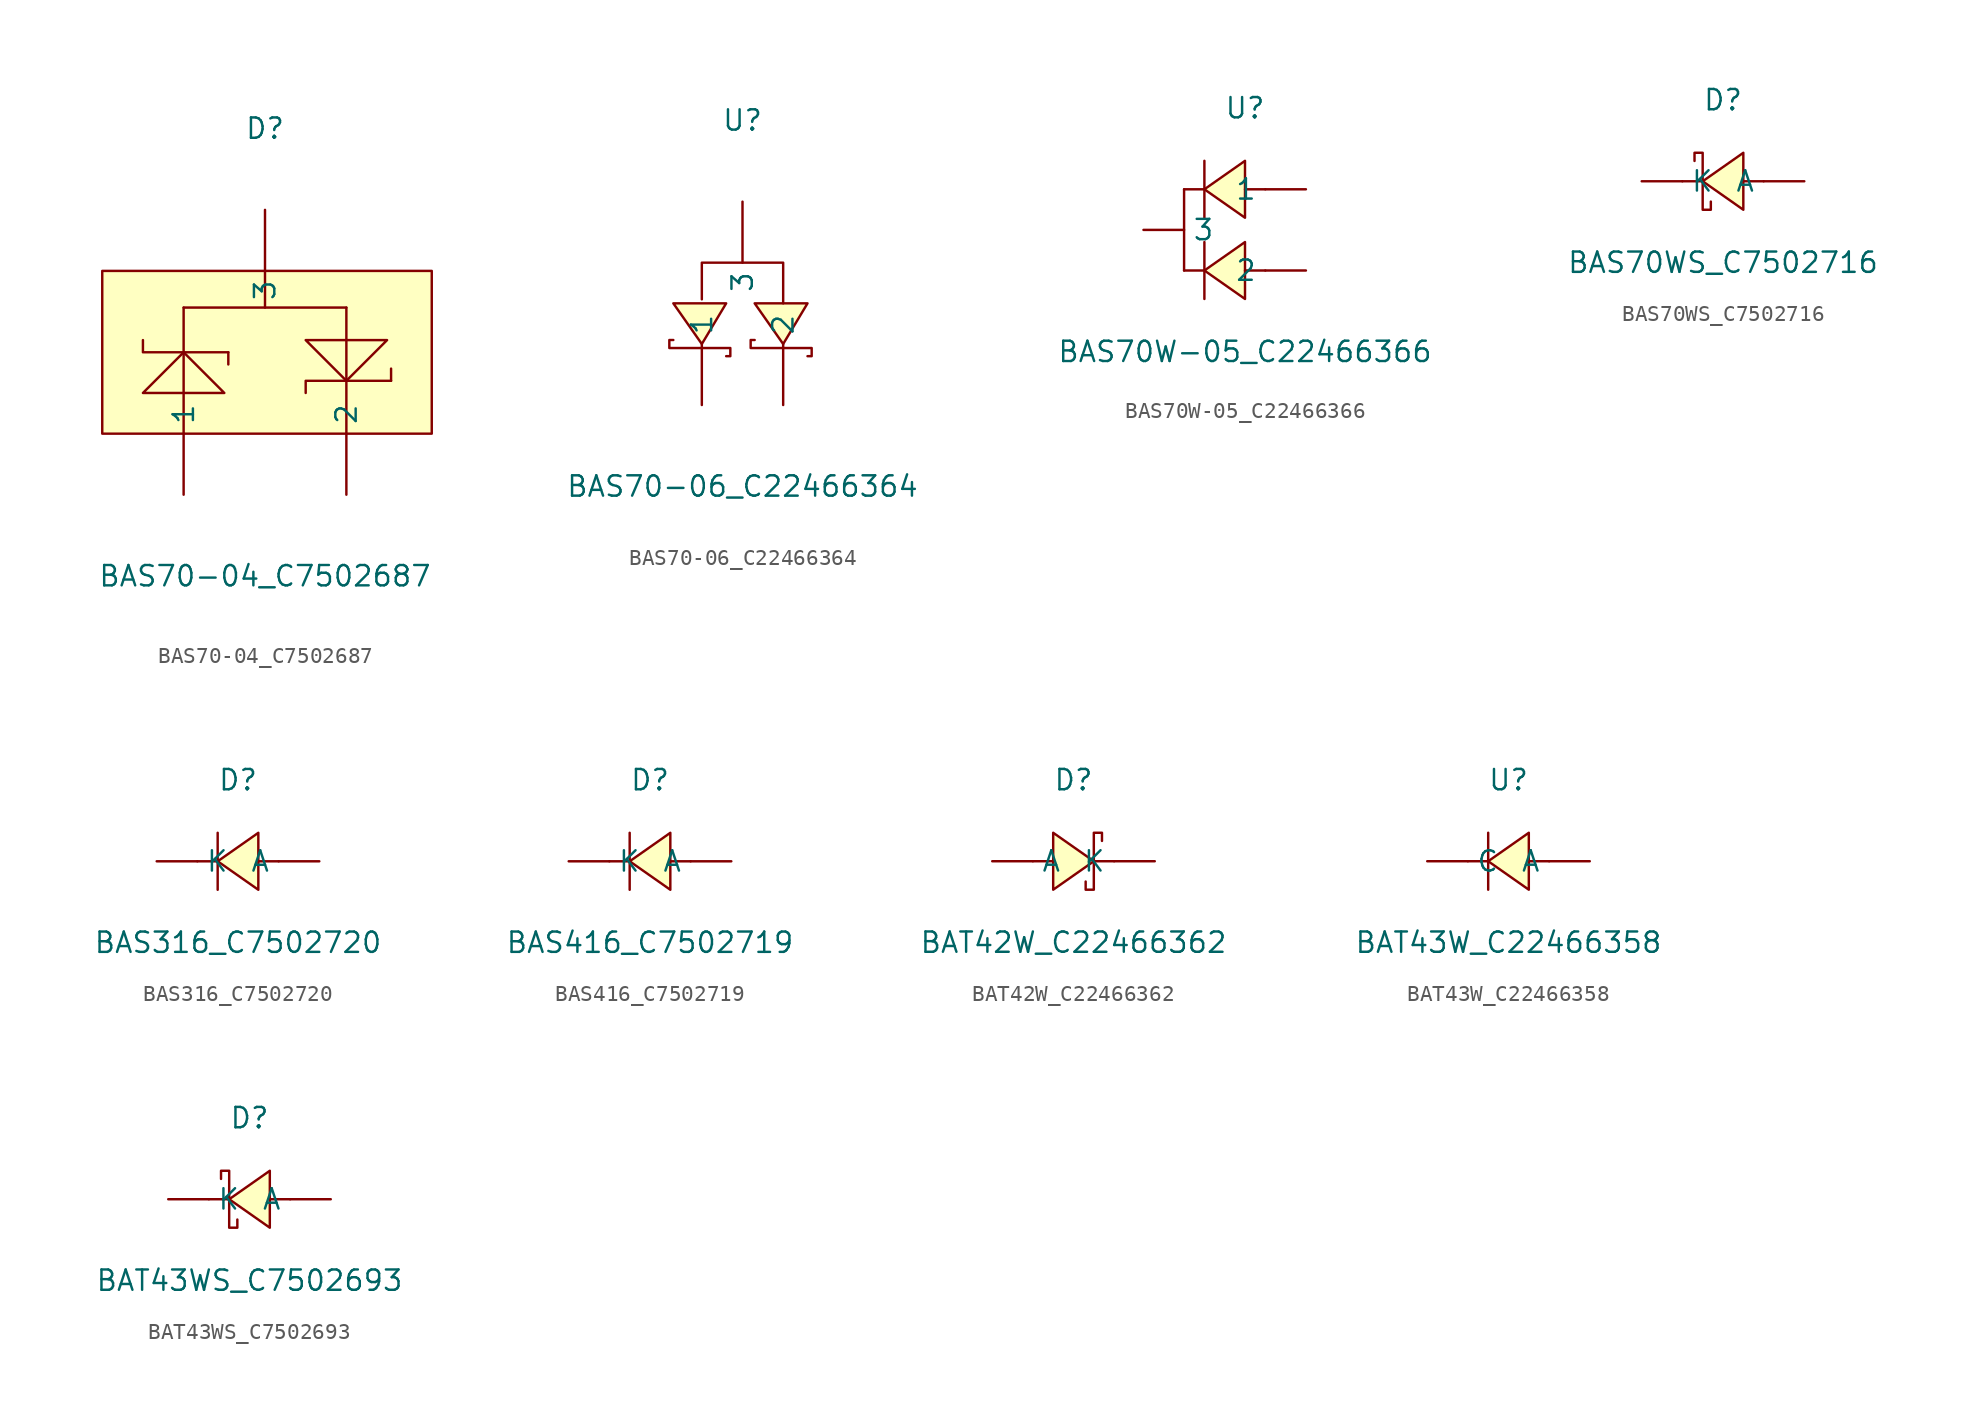
<source format=kicad_sym>
(kicad_symbol_lib
  (version 20241209)
  (generator "kicad_symbol_editor")
  (generator_version "9.0")
  (symbol "BAS70-04_C7502687"
    (pin_numbers
      (hide yes))
    (property "Reference" "D"
      (at 0 13.97 0)
      (effects (font (size 1.27 1.27))))
    (property "Value" "BAS70-04_C7502687"
      (at 0 -13.97 0)
      (effects (font (size 1.27 1.27))))
    (symbol "BAS70-04_C7502687_0_1"
      (rectangle (start -10.16 5.08) (end 10.41 -5.08) (stroke (width 0) (type default)) (fill (type background)))
      (polyline (pts (xy -7.62 0.76) (xy -7.62 0) (xy -5.08 0) (xy -2.29 0)) (stroke (width 0) (type default)) (fill (type none)))
      (polyline (pts (xy -5.08 2.79) (xy -5.08 -5.08)) (stroke (width 0) (type default)) (fill (type none)))
      (polyline (pts (xy -5.08 2.79) (xy 5.08 2.79)) (stroke (width 0) (type default)) (fill (type none)))
      (polyline (pts (xy -2.54 -2.54) (xy -5.08 0) (xy -7.62 -2.54) (xy -2.54 -2.54)) (stroke (width 0) (type default)) (fill (type background)))
      (polyline (pts (xy -2.29 0) (xy -2.29 -0.76)) (stroke (width 0) (type default)) (fill (type none)))
      (polyline (pts (xy 0 5.08) (xy 0 2.79)) (stroke (width 0) (type default)) (fill (type none)))
      (polyline (pts (xy 2.54 -2.54) (xy 2.54 -1.78) (xy 7.87 -1.78)) (stroke (width 0) (type default)) (fill (type none)))
      (polyline (pts (xy 5.08 2.79) (xy 5.08 -5.08)) (stroke (width 0) (type default)) (fill (type none)))
      (polyline (pts (xy 7.62 0.76) (xy 5.08 -1.78) (xy 2.54 0.76) (xy 7.62 0.76)) (stroke (width 0) (type default)) (fill (type background)))
      (polyline (pts (xy 7.87 -1.78) (xy 7.87 -1.02)) (stroke (width 0) (type default)) (fill (type none)))
      (pin input line (at -5.08 -8.89 90) (length 3.81) (name "1" (effects (font (size 1.27 1.27)))) (number "1" (effects (font (size 1.27 1.27)))))
      (pin input line (at 0 8.89 270) (length 3.81) (name "3" (effects (font (size 1.27 1.27)))) (number "3" (effects (font (size 1.27 1.27)))))
      (pin input line (at 5.08 -8.89 90) (length 3.81) (name "2" (effects (font (size 1.27 1.27)))) (number "2" (effects (font (size 1.27 1.27)))))))
  (symbol "BAS70-06_C22466364"
    (pin_numbers
      (hide yes))
    (property "Reference" "U"
      (at 0 12.7 0)
      (effects (font (size 1.27 1.27))))
    (property "Value" "BAS70-06_C22466364"
      (at 0 -10.16 0)
      (effects (font (size 1.27 1.27))))
    (symbol "BAS70-06_C22466364_0_1"
      (polyline (pts (xy -2.54 1.52) (xy -2.54 3.81) (xy 2.54 3.81) (xy 2.54 1.27)) (stroke (width 0) (type default)) (fill (type none)))
      (polyline (pts (xy -1.02 1.27) (xy -2.54 -1.27) (xy -4.32 1.27) (xy -1.02 1.27)) (stroke (width 0) (type default)) (fill (type background)))
      (polyline (pts (xy -1.02 -2.03) (xy -0.76 -2.03) (xy -0.76 -1.52) (xy -4.57 -1.52) (xy -4.57 -1.02) (xy -4.32 -1.02)) (stroke (width 0) (type default)) (fill (type none)))
      (polyline (pts (xy 4.06 1.27) (xy 2.54 -1.27) (xy 0.76 1.27) (xy 4.06 1.27)) (stroke (width 0) (type default)) (fill (type background)))
      (polyline (pts (xy 4.06 -2.03) (xy 4.32 -2.03) (xy 4.32 -1.52) (xy 0.51 -1.52) (xy 0.51 -1.02) (xy 0.76 -1.02)) (stroke (width 0) (type default)) (fill (type none)))
      (pin unspecified line (at -2.54 -5.08 90) (length 3.81) (name "1" (effects (font (size 1.27 1.27)))) (number "1" (effects (font (size 1.27 1.27)))))
      (pin unspecified line (at 0 7.62 270) (length 3.81) (name "3" (effects (font (size 1.27 1.27)))) (number "3" (effects (font (size 1.27 1.27)))))
      (pin unspecified line (at 2.54 -5.08 90) (length 3.81) (name "2" (effects (font (size 1.27 1.27)))) (number "2" (effects (font (size 1.27 1.27)))))))
  (symbol "BAS70W-05_C22466366"
    (pin_numbers
      (hide yes))
    (property "Reference" "U"
      (at 0 7.62 0)
      (effects (font (size 1.27 1.27))))
    (property "Value" "BAS70W-05_C22466366"
      (at 0 -7.62 0)
      (effects (font (size 1.27 1.27))))
    (symbol "BAS70W-05_C22466366_0_1"
      (polyline (pts (xy -3.81 2.54) (xy -3.81 -2.54) (xy -3.81 -2.54)) (stroke (width 0) (type default)) (fill (type none)))
      (polyline (pts (xy -2.54 4.32) (xy -2.54 4.32) (xy -2.54 4.32) (xy -2.54 0.76) (xy -2.54 0.76) (xy -2.54 0.76)) (stroke (width 0) (type default)) (fill (type none)))
      (polyline (pts (xy -2.54 2.54) (xy -3.81 2.54)) (stroke (width 0) (type default)) (fill (type none)))
      (polyline (pts (xy -2.54 -0.76) (xy -2.54 -0.76) (xy -2.54 -0.76) (xy -2.54 -4.32) (xy -2.54 -4.32) (xy -2.54 -4.32)) (stroke (width 0) (type default)) (fill (type none)))
      (polyline (pts (xy -2.54 -2.54) (xy -3.81 -2.54)) (stroke (width 0) (type default)) (fill (type none)))
      (polyline (pts (xy 0 4.32) (xy -2.54 2.54) (xy 0 0.76) (xy 0 4.32)) (stroke (width 0) (type default)) (fill (type background)))
      (polyline (pts (xy 0 -0.76) (xy -2.54 -2.54) (xy 0 -4.32) (xy 0 -0.76)) (stroke (width 0) (type default)) (fill (type background)))
      (polyline (pts (xy 1.27 2.54) (xy 0 2.54)) (stroke (width 0) (type default)) (fill (type none)))
      (polyline (pts (xy 1.27 -2.54) (xy 0 -2.54)) (stroke (width 0) (type default)) (fill (type none)))
      (pin unspecified line (at -6.35 0 0) (length 2.54) (name "3" (effects (font (size 1.27 1.27)))) (number "3" (effects (font (size 1.27 1.27)))))
      (pin unspecified line (at 3.81 2.54 180) (length 2.54) (name "1" (effects (font (size 1.27 1.27)))) (number "1" (effects (font (size 1.27 1.27)))))
      (pin unspecified line (at 3.81 -2.54 180) (length 2.54) (name "2" (effects (font (size 1.27 1.27)))) (number "2" (effects (font (size 1.27 1.27)))))))
  (symbol "BAS70WS_C7502716"
    (pin_numbers
      (hide yes))
    (property "Reference" "D"
      (at 0 5.08 0)
      (effects (font (size 1.27 1.27))))
    (property "Value" "BAS70WS_C7502716"
      (at 0 -5.08 0)
      (effects (font (size 1.27 1.27))))
    (symbol "BAS70WS_C7502716_0_1"
      (polyline (pts (xy -1.78 1.27) (xy -1.78 1.78) (xy -1.27 1.78) (xy -1.27 -1.78) (xy -0.76 -1.78) (xy -0.76 -1.27)) (stroke (width 0) (type default)) (fill (type none)))
      (polyline (pts (xy -1.27 0) (xy -2.54 0)) (stroke (width 0) (type default)) (fill (type none)))
      (polyline (pts (xy 1.27 1.78) (xy -1.27 0) (xy 1.27 -1.78) (xy 1.27 1.78)) (stroke (width 0) (type default)) (fill (type background)))
      (polyline (pts (xy 2.54 0) (xy 1.27 0)) (stroke (width 0) (type default)) (fill (type none)))
      (pin unspecified line (at -5.08 0 0) (length 2.54) (name "K" (effects (font (size 1.27 1.27)))) (number "1" (effects (font (size 1.27 1.27)))))
      (pin unspecified line (at 5.08 0 180) (length 2.54) (name "A" (effects (font (size 1.27 1.27)))) (number "2" (effects (font (size 1.27 1.27)))))))
  (symbol "BAS316_C7502720"
    (pin_numbers
      (hide yes))
    (property "Reference" "D"
      (at 0 5.08 0)
      (effects (font (size 1.27 1.27))))
    (property "Value" "BAS316_C7502720"
      (at 0 -5.08 0)
      (effects (font (size 1.27 1.27))))
    (symbol "BAS316_C7502720_0_1"
      (polyline (pts (xy -1.27 1.78) (xy -1.27 -1.78)) (stroke (width 0) (type default)) (fill (type none)))
      (polyline (pts (xy -1.27 0) (xy -2.54 0)) (stroke (width 0) (type default)) (fill (type none)))
      (polyline (pts (xy 1.27 1.78) (xy -1.27 0) (xy 1.27 -1.78) (xy 1.27 1.78)) (stroke (width 0) (type default)) (fill (type background)))
      (polyline (pts (xy 2.54 0) (xy 1.27 0)) (stroke (width 0) (type default)) (fill (type none)))
      (pin unspecified line (at -5.08 0 0) (length 2.54) (name "K" (effects (font (size 1.27 1.27)))) (number "1" (effects (font (size 1.27 1.27)))))
      (pin unspecified line (at 5.08 0 180) (length 2.54) (name "A" (effects (font (size 1.27 1.27)))) (number "2" (effects (font (size 1.27 1.27)))))))
  (symbol "BAS416_C7502719"
    (pin_numbers
      (hide yes))
    (property "Reference" "D"
      (at 0 5.08 0)
      (effects (font (size 1.27 1.27))))
    (property "Value" "BAS416_C7502719"
      (at 0 -5.08 0)
      (effects (font (size 1.27 1.27))))
    (symbol "BAS416_C7502719_0_1"
      (polyline (pts (xy -1.27 1.78) (xy -1.27 -1.78)) (stroke (width 0) (type default)) (fill (type none)))
      (polyline (pts (xy -1.27 0) (xy -2.54 0)) (stroke (width 0) (type default)) (fill (type none)))
      (polyline (pts (xy 1.27 1.78) (xy -1.27 0) (xy 1.27 -1.78) (xy 1.27 1.78)) (stroke (width 0) (type default)) (fill (type background)))
      (polyline (pts (xy 2.54 0) (xy 1.27 0)) (stroke (width 0) (type default)) (fill (type none)))
      (pin unspecified line (at -5.08 0 0) (length 2.54) (name "K" (effects (font (size 1.27 1.27)))) (number "1" (effects (font (size 1.27 1.27)))))
      (pin unspecified line (at 5.08 0 180) (length 2.54) (name "A" (effects (font (size 1.27 1.27)))) (number "2" (effects (font (size 1.27 1.27)))))))
  (symbol "BAT42W_C22466362"
    (pin_numbers
      (hide yes))
    (property "Reference" "D"
      (at 0 5.08 0)
      (effects (font (size 1.27 1.27))))
    (property "Value" "BAT42W_C22466362"
      (at 0 -5.08 0)
      (effects (font (size 1.27 1.27))))
    (symbol "BAT42W_C22466362_0_1"
      (polyline (pts (xy -2.54 0) (xy -1.27 0)) (stroke (width 0) (type default)) (fill (type none)))
      (polyline (pts (xy -1.27 1.78) (xy 1.27 0) (xy -1.27 -1.78) (xy -1.27 1.78)) (stroke (width 0) (type default)) (fill (type background)))
      (polyline (pts (xy 1.27 0) (xy 2.54 0)) (stroke (width 0) (type default)) (fill (type none)))
      (polyline (pts (xy 1.78 1.27) (xy 1.78 1.78) (xy 1.27 1.78) (xy 1.27 -1.78) (xy 0.76 -1.78) (xy 0.76 -1.27)) (stroke (width 0) (type default)) (fill (type none)))
      (pin unspecified line (at -5.08 0 0) (length 2.54) (name "A" (effects (font (size 1.27 1.27)))) (number "1" (effects (font (size 1.27 1.27)))))
      (pin unspecified line (at 5.08 0 180) (length 2.54) (name "K" (effects (font (size 1.27 1.27)))) (number "2" (effects (font (size 1.27 1.27)))))))
  (symbol "BAT43W_C22466358"
    (pin_numbers
      (hide yes))
    (property "Reference" "U"
      (at 0 5.08 0)
      (effects (font (size 1.27 1.27))))
    (property "Value" "BAT43W_C22466358"
      (at 0 -5.08 0)
      (effects (font (size 1.27 1.27))))
    (symbol "BAT43W_C22466358_0_1"
      (polyline (pts (xy -1.27 1.78) (xy -1.27 1.78) (xy -1.27 1.78) (xy -1.27 -1.78) (xy -1.27 -1.78) (xy -1.27 -1.78)) (stroke (width 0) (type default)) (fill (type none)))
      (polyline (pts (xy -1.27 0) (xy -2.54 0)) (stroke (width 0) (type default)) (fill (type none)))
      (polyline (pts (xy 1.27 1.78) (xy -1.27 0) (xy 1.27 -1.78) (xy 1.27 1.78)) (stroke (width 0) (type default)) (fill (type background)))
      (polyline (pts (xy 2.54 0) (xy 1.27 0)) (stroke (width 0) (type default)) (fill (type none)))
      (pin unspecified line (at -5.08 0 0) (length 2.54) (name "C" (effects (font (size 1.27 1.27)))) (number "1" (effects (font (size 1.27 1.27)))))
      (pin unspecified line (at 5.08 0 180) (length 2.54) (name "A" (effects (font (size 1.27 1.27)))) (number "2" (effects (font (size 1.27 1.27)))))))
  (symbol "BAT43WS_C7502693"
    (pin_numbers
      (hide yes))
    (property "Reference" "D"
      (at 0 5.08 0)
      (effects (font (size 1.27 1.27))))
    (property "Value" "BAT43WS_C7502693"
      (at 0 -5.08 0)
      (effects (font (size 1.27 1.27))))
    (symbol "BAT43WS_C7502693_0_1"
      (polyline (pts (xy -1.78 1.27) (xy -1.78 1.78) (xy -1.27 1.78) (xy -1.27 -1.78) (xy -0.76 -1.78) (xy -0.76 -1.27)) (stroke (width 0) (type default)) (fill (type none)))
      (polyline (pts (xy -1.27 0) (xy -2.54 0)) (stroke (width 0) (type default)) (fill (type none)))
      (polyline (pts (xy 1.27 1.78) (xy -1.27 0) (xy 1.27 -1.78) (xy 1.27 1.78)) (stroke (width 0) (type default)) (fill (type background)))
      (polyline (pts (xy 2.54 0) (xy 1.27 0)) (stroke (width 0) (type default)) (fill (type none)))
      (pin unspecified line (at -5.08 0 0) (length 2.54) (name "K" (effects (font (size 1.27 1.27)))) (number "1" (effects (font (size 1.27 1.27)))))
      (pin unspecified line (at 5.08 0 180) (length 2.54) (name "A" (effects (font (size 1.27 1.27)))) (number "2" (effects (font (size 1.27 1.27))))))))
</source>
